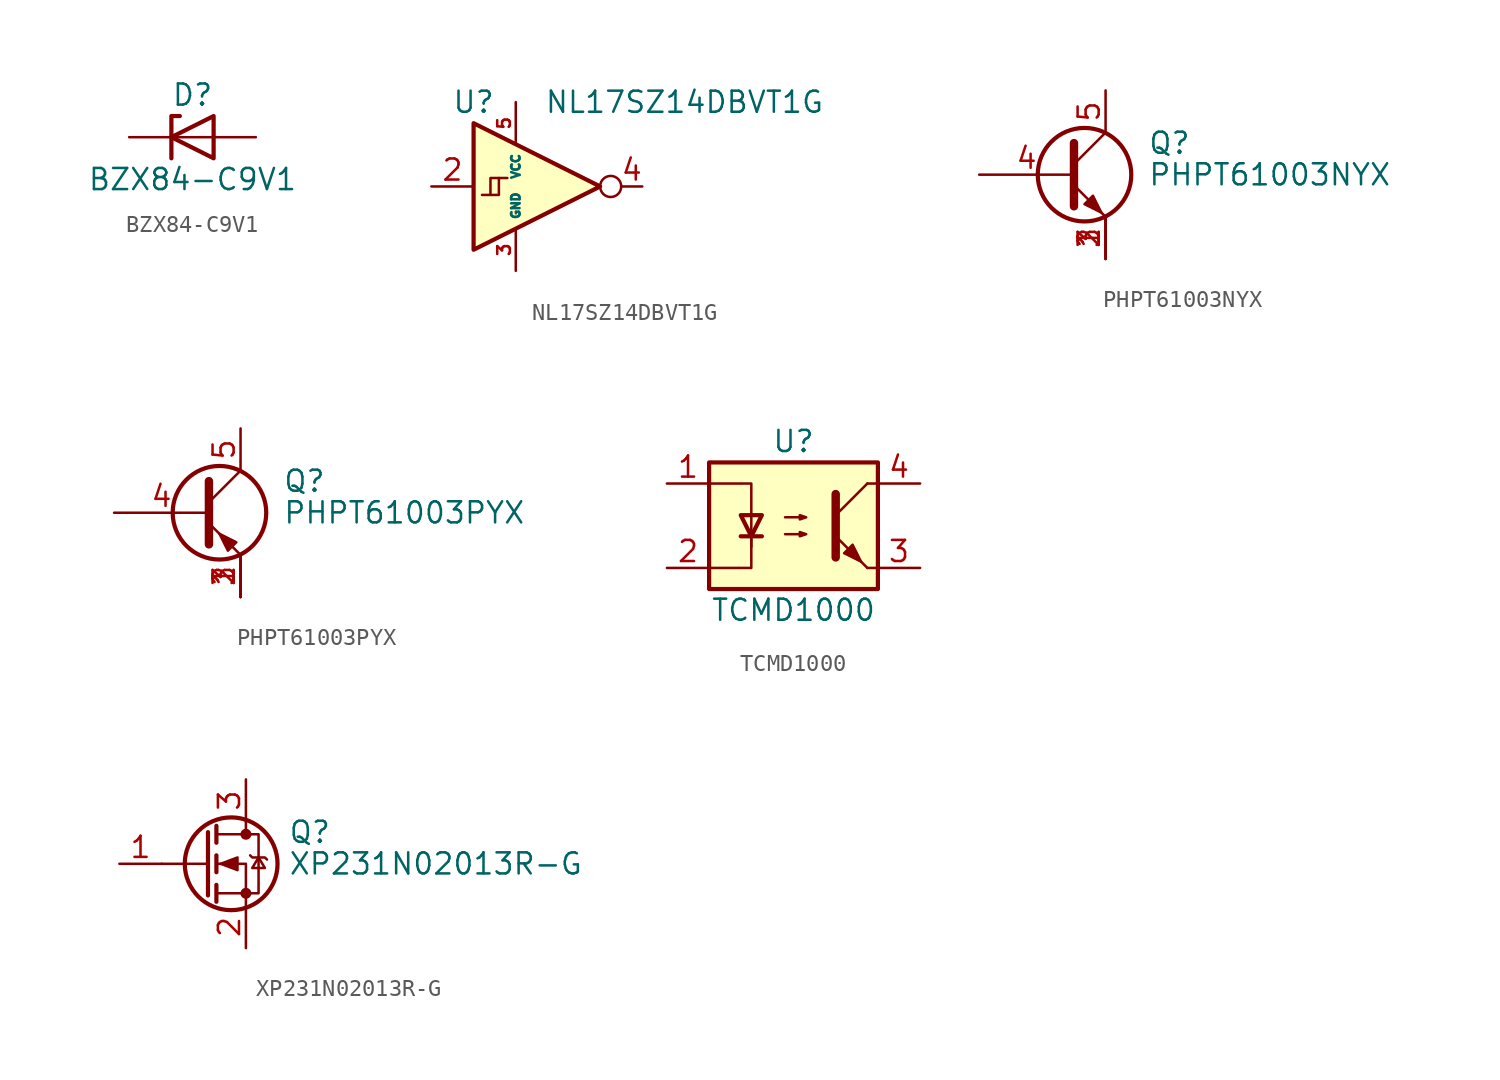
<source format=kicad_sym>
(kicad_symbol_lib
  (version 20211014)
  (generator kicad_symbol_editor)
  (symbol "BZX84-C9V1"
    (pin_numbers hide)
    (pin_names
      (offset 1.016) hide)
    (property "Reference" "D"
      (at 0 2.54 0)
      (effects (font (size 1.27 1.27))))
    (property "Value" "BZX84-C9V1"
      (at 0 -2.54 0)
      (effects (font (size 1.27 1.27))))
    (symbol "BZX84-C9V1_0_1"
      (polyline (pts (xy 1.27 0) (xy -1.27 0)) (stroke (width 0) (type default) (color 0 0 0 0)) (fill (type none)))
      (polyline (pts (xy -1.27 -1.27) (xy -1.27 1.27) (xy -0.762 1.27)) (stroke (width 0.254) (type default) (color 0 0 0 0)) (fill (type none)))
      (polyline (pts (xy 1.27 -1.27) (xy 1.27 1.27) (xy -1.27 0) (xy 1.27 -1.27)) (stroke (width 0.254) (type default) (color 0 0 0 0)) (fill (type none))))
    (symbol "BZX84-C9V1_1_1"
      (pin passive line (at -3.81 0 0) (length 2.54) (name "K" (effects (font (size 1.27 1.27)))) (number "1" (effects (font (size 1.27 1.27)))))
      (pin passive line (at 3.81 0 180) (length 2.54) (name "A" (effects (font (size 1.27 1.27)))) (number "2" (effects (font (size 1.27 1.27)))))))
  (symbol "NL17SZ14DBVT1G"
    (property "Reference" "U"
      (at -2.54 5.08 0)
      (effects (font (size 1.27 1.27))))
    (property "Value" "NL17SZ14DBVT1G"
      (at 10.16 5.08 0)
      (effects (font (size 1.27 1.27))))
    (symbol "NL17SZ14DBVT1G_0_1"
      (polyline (pts (xy -1.016 0.508) (xy -0.508 0.508)) (stroke (width 0) (type default) (color 0 0 0 0)) (fill (type none)))
      (polyline (pts (xy -2.54 3.81) (xy -2.54 -3.81) (xy 5.08 0) (xy -2.54 3.81)) (stroke (width 0.254) (type default) (color 0 0 0 0)) (fill (type background)))
      (polyline (pts (xy -1.524 -0.508) (xy -1.524 0.508) (xy -1.016 0.508) (xy -1.016 -0.508) (xy -2.032 -0.508)) (stroke (width 0) (type default) (color 0 0 0 0)) (fill (type none)))
      (circle (center 5.715 0) (radius 0.635) (stroke (width 0) (type default) (color 0 0 0 0)) (fill (type none))))
    (symbol "NL17SZ14DBVT1G_1_1"
      (pin no_connect line (at 5.08 0 180) (length 2.54) hide (name "NC" (effects (font (size 1.27 1.27)))) (number "1" (effects (font (size 1.27 1.27)))))
      (pin input line (at -5.08 0 0) (length 2.54) (name "~" (effects (font (size 1.27 1.27)))) (number "2" (effects (font (size 1.27 1.27)))))
      (pin power_in line (at 0 -5.08 90) (length 2.54) (name "GND" (effects (font (size 0.508 0.508)))) (number "3" (effects (font (size 0.762 0.762)))))
      (pin output line (at 7.62 0 180) (length 1.27) (name "~" (effects (font (size 1.27 1.27)))) (number "4" (effects (font (size 1.27 1.27)))))
      (pin power_in line (at 0 5.08 270) (length 2.54) (name "VCC" (effects (font (size 0.508 0.508)))) (number "5" (effects (font (size 0.762 0.762)))))))
  (symbol "PHPT61003NYX"
    (pin_names
      (offset 0) hide)
    (property "Reference" "Q"
      (at 5.08 1.905 0)
      (effects (font (size 1.27 1.27)) (justify left)))
    (property "Value" "PHPT61003NYX"
      (at 5.08 0 0)
      (effects (font (size 1.27 1.27)) (justify left)))
    (symbol "PHPT61003NYX_0_0"
      (pin passive line (at 2.54 -5.08 90) (length 2.54) (name "E" (effects (font (size 1.27 1.27)))) (number "2" (effects (font (size 1.27 1.27)))))
      (pin passive line (at 2.54 -5.08 90) (length 2.54) (name "E" (effects (font (size 1.27 1.27)))) (number "3" (effects (font (size 1.27 1.27))))))
    (symbol "PHPT61003NYX_0_1"
      (polyline (pts (xy 0.635 0.635) (xy 2.54 2.54)) (stroke (width 0) (type default) (color 0 0 0 0)) (fill (type none)))
      (polyline (pts (xy 0.635 -0.635) (xy 2.54 -2.54) (xy 2.54 -2.54)) (stroke (width 0) (type default) (color 0 0 0 0)) (fill (type none)))
      (polyline (pts (xy 0.635 1.905) (xy 0.635 -1.905) (xy 0.635 -1.905)) (stroke (width 0.508) (type default) (color 0 0 0 0)) (fill (type none)))
      (polyline (pts (xy 1.27 -1.778) (xy 1.778 -1.27) (xy 2.286 -2.286) (xy 1.27 -1.778) (xy 1.27 -1.778)) (stroke (width 0) (type default) (color 0 0 0 0)) (fill (type outline)))
      (circle (center 1.27 0) (radius 2.819) (stroke (width 0.254) (type default) (color 0 0 0 0)) (fill (type none))))
    (symbol "PHPT61003NYX_1_1"
      (pin passive line (at 2.54 -5.08 90) (length 2.54) (name "E" (effects (font (size 1.27 1.27)))) (number "1" (effects (font (size 1.27 1.27)))))
      (pin input line (at -5.08 0 0) (length 5.715) (name "B" (effects (font (size 1.27 1.27)))) (number "4" (effects (font (size 1.27 1.27)))))
      (pin passive line (at 2.54 5.08 270) (length 2.54) (name "C" (effects (font (size 1.27 1.27)))) (number "5" (effects (font (size 1.27 1.27)))))))
  (symbol "PHPT61003PYX"
    (pin_names
      (offset 0) hide)
    (property "Reference" "Q"
      (at 5.08 1.905 0)
      (effects (font (size 1.27 1.27)) (justify left)))
    (property "Value" "PHPT61003PYX"
      (at 5.08 0 0)
      (effects (font (size 1.27 1.27)) (justify left)))
    (symbol "PHPT61003PYX_0_0"
      (pin passive line (at 2.54 -5.08 90) (length 2.54) (name "E" (effects (font (size 1.27 1.27)))) (number "2" (effects (font (size 1.27 1.27)))))
      (pin passive line (at 2.54 -5.08 90) (length 2.54) (name "E" (effects (font (size 1.27 1.27)))) (number "3" (effects (font (size 1.27 1.27))))))
    (symbol "PHPT61003PYX_0_1"
      (polyline (pts (xy 0.635 0.635) (xy 2.54 2.54)) (stroke (width 0) (type default) (color 0 0 0 0)) (fill (type none)))
      (polyline (pts (xy 0.635 -0.635) (xy 2.54 -2.54) (xy 2.54 -2.54)) (stroke (width 0) (type default) (color 0 0 0 0)) (fill (type none)))
      (polyline (pts (xy 0.635 1.905) (xy 0.635 -1.905) (xy 0.635 -1.905)) (stroke (width 0.508) (type default) (color 0 0 0 0)) (fill (type none)))
      (polyline (pts (xy 2.286 -1.778) (xy 1.778 -2.286) (xy 1.27 -1.27) (xy 2.286 -1.778) (xy 2.286 -1.778)) (stroke (width 0) (type default) (color 0 0 0 0)) (fill (type outline)))
      (circle (center 1.27 0) (radius 2.819) (stroke (width 0.254) (type default) (color 0 0 0 0)) (fill (type none))))
    (symbol "PHPT61003PYX_1_1"
      (pin passive line (at 2.54 -5.08 90) (length 2.54) (name "E" (effects (font (size 1.27 1.27)))) (number "1" (effects (font (size 1.27 1.27)))))
      (pin input line (at -5.08 0 0) (length 5.715) (name "B" (effects (font (size 1.27 1.27)))) (number "4" (effects (font (size 1.27 1.27)))))
      (pin passive line (at 2.54 5.08 270) (length 2.54) (name "C" (effects (font (size 1.27 1.27)))) (number "5" (effects (font (size 1.27 1.27)))))))
  (symbol "TCMD1000"
    (pin_names
      (offset 1.016))
    (property "Reference" "U"
      (at 0 5.08 0)
      (effects (font (size 1.27 1.27))))
    (property "Value" "TCMD1000"
      (at 0 -5.08 0)
      (effects (font (size 1.27 1.27))))
    (symbol "TCMD1000_1_1"
      (rectangle (start -5.08 3.81) (end 5.08 -3.81) (stroke (width 0.254) (type default) (color 0 0 0 0)) (fill (type background)))
      (polyline (pts (xy -3.175 -0.635) (xy -1.905 -0.635)) (stroke (width 0.254) (type default) (color 0 0 0 0)) (fill (type none)))
      (polyline (pts (xy 2.54 0.635) (xy 4.445 2.54)) (stroke (width 0) (type default) (color 0 0 0 0)) (fill (type none)))
      (polyline (pts (xy 4.445 -2.54) (xy 2.54 -0.635)) (stroke (width 0) (type default) (color 0 0 0 0)) (fill (type outline)))
      (polyline (pts (xy 4.445 -2.54) (xy 5.08 -2.54)) (stroke (width 0) (type default) (color 0 0 0 0)) (fill (type none)))
      (polyline (pts (xy 4.445 2.54) (xy 5.08 2.54)) (stroke (width 0) (type default) (color 0 0 0 0)) (fill (type none)))
      (polyline (pts (xy -2.54 -0.635) (xy -2.54 -2.54) (xy -5.08 -2.54)) (stroke (width 0) (type default) (color 0 0 0 0)) (fill (type none)))
      (polyline (pts (xy 2.54 1.905) (xy 2.54 -1.905) (xy 2.54 -1.905)) (stroke (width 0.508) (type default) (color 0 0 0 0)) (fill (type none)))
      (polyline (pts (xy -5.08 2.54) (xy -2.54 2.54) (xy -2.54 -1.27) (xy -2.54 0.635)) (stroke (width 0) (type default) (color 0 0 0 0)) (fill (type none)))
      (polyline (pts (xy -2.54 -0.635) (xy -3.175 0.635) (xy -1.905 0.635) (xy -2.54 -0.635)) (stroke (width 0.254) (type default) (color 0 0 0 0)) (fill (type none)))
      (polyline (pts (xy -0.508 -0.508) (xy 0.762 -0.508) (xy 0.381 -0.635) (xy 0.381 -0.381) (xy 0.762 -0.508)) (stroke (width 0) (type default) (color 0 0 0 0)) (fill (type none)))
      (polyline (pts (xy -0.508 0.508) (xy 0.762 0.508) (xy 0.381 0.381) (xy 0.381 0.635) (xy 0.762 0.508)) (stroke (width 0) (type default) (color 0 0 0 0)) (fill (type none)))
      (polyline (pts (xy 3.048 -1.651) (xy 3.556 -1.143) (xy 4.064 -2.159) (xy 3.048 -1.651) (xy 3.048 -1.651)) (stroke (width 0) (type default) (color 0 0 0 0)) (fill (type outline)))
      (pin passive line (at -7.62 2.54 0) (length 2.54) (name "~" (effects (font (size 1.27 1.27)))) (number "1" (effects (font (size 1.27 1.27)))))
      (pin passive line (at -7.62 -2.54 0) (length 2.54) (name "~" (effects (font (size 1.27 1.27)))) (number "2" (effects (font (size 1.27 1.27)))))
      (pin passive line (at 7.62 -2.54 180) (length 2.54) (name "~" (effects (font (size 1.27 1.27)))) (number "3" (effects (font (size 1.27 1.27)))))
      (pin passive line (at 7.62 2.54 180) (length 2.54) (name "~" (effects (font (size 1.27 1.27)))) (number "4" (effects (font (size 1.27 1.27)))))))
  (symbol "XP231N02013R-G"
    (pin_names hide)
    (property "Reference" "Q"
      (at 5.08 1.905 0)
      (effects (font (size 1.27 1.27)) (justify left)))
    (property "Value" "XP231N02013R-G"
      (at 5.08 0 0)
      (effects (font (size 1.27 1.27)) (justify left)))
    (symbol "XP231N02013R-G_0_1"
      (polyline (pts (xy 0.254 0) (xy -2.54 0)) (stroke (width 0) (type default) (color 0 0 0 0)) (fill (type none)))
      (polyline (pts (xy 0.254 1.905) (xy 0.254 -1.905)) (stroke (width 0.254) (type default) (color 0 0 0 0)) (fill (type none)))
      (polyline (pts (xy 0.762 -1.27) (xy 0.762 -2.286)) (stroke (width 0.254) (type default) (color 0 0 0 0)) (fill (type none)))
      (polyline (pts (xy 0.762 0.508) (xy 0.762 -0.508)) (stroke (width 0.254) (type default) (color 0 0 0 0)) (fill (type none)))
      (polyline (pts (xy 0.762 2.286) (xy 0.762 1.27)) (stroke (width 0.254) (type default) (color 0 0 0 0)) (fill (type none)))
      (polyline (pts (xy 2.54 2.54) (xy 2.54 1.778)) (stroke (width 0) (type default) (color 0 0 0 0)) (fill (type none)))
      (polyline (pts (xy 2.54 -2.54) (xy 2.54 0) (xy 0.762 0)) (stroke (width 0) (type default) (color 0 0 0 0)) (fill (type none)))
      (polyline (pts (xy 0.762 -1.778) (xy 3.302 -1.778) (xy 3.302 1.778) (xy 0.762 1.778)) (stroke (width 0) (type default) (color 0 0 0 0)) (fill (type none)))
      (polyline (pts (xy 1.016 0) (xy 2.032 0.381) (xy 2.032 -0.381) (xy 1.016 0)) (stroke (width 0) (type default) (color 0 0 0 0)) (fill (type outline)))
      (polyline (pts (xy 2.794 0.508) (xy 2.921 0.381) (xy 3.683 0.381) (xy 3.81 0.254)) (stroke (width 0) (type default) (color 0 0 0 0)) (fill (type none)))
      (polyline (pts (xy 3.302 0.381) (xy 2.921 -0.254) (xy 3.683 -0.254) (xy 3.302 0.381)) (stroke (width 0) (type default) (color 0 0 0 0)) (fill (type none)))
      (circle (center 1.651 0) (radius 2.794) (stroke (width 0.254) (type default) (color 0 0 0 0)) (fill (type none)))
      (circle (center 2.54 -1.778) (radius 0.254) (stroke (width 0) (type default) (color 0 0 0 0)) (fill (type outline)))
      (circle (center 2.54 1.778) (radius 0.254) (stroke (width 0) (type default) (color 0 0 0 0)) (fill (type outline))))
    (symbol "XP231N02013R-G_1_1"
      (pin input line (at -5.08 0 0) (length 2.54) (name "G" (effects (font (size 1.27 1.27)))) (number "1" (effects (font (size 1.27 1.27)))))
      (pin passive line (at 2.54 -5.08 90) (length 2.54) (name "S" (effects (font (size 1.27 1.27)))) (number "2" (effects (font (size 1.27 1.27)))))
      (pin passive line (at 2.54 5.08 270) (length 2.54) (name "D" (effects (font (size 1.27 1.27)))) (number "3" (effects (font (size 1.27 1.27))))))))
</source>
